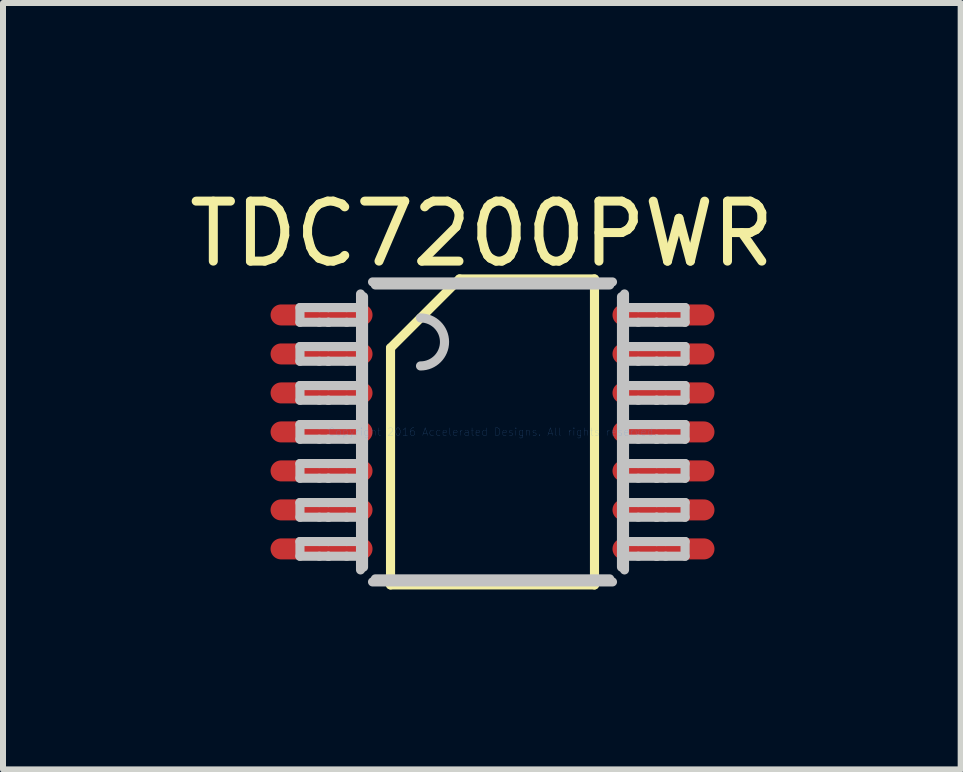
<source format=kicad_pcb>
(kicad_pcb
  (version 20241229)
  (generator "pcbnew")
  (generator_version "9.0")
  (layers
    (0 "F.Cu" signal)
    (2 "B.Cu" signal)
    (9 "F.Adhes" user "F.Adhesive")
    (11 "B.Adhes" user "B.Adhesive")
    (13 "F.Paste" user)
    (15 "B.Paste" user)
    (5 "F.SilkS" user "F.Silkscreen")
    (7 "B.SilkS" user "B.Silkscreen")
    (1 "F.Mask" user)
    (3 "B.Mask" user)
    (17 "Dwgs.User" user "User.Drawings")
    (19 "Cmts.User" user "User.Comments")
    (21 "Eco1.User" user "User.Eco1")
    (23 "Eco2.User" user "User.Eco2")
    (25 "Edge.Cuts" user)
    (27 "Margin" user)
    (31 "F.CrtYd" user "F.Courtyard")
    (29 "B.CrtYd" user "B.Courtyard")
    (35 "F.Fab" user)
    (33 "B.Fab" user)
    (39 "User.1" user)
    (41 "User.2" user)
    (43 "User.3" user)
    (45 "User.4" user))
  (footprint "TDC7200PWR"
    (layer "F.Cu")
    (at 5.16 4.15)
    (property "Reference" "TDC7200PWR" (at -0.178 -3.302 0) (layer "F.SilkS") (effects (font (size 1 1) (thickness 0.15))))
    (attr through_hole)
    (fp_line (start -1.7 -1.4) (end -0.55 -2.55) (stroke (width 0.152) (type solid)) (layer "F.SilkS"))
    (fp_line (start -1.7 2.55) (end -1.7 -1.4) (stroke (width 0.152) (type solid)) (layer "F.SilkS"))
    (fp_line (start -1.7 2.55) (end 1.7 2.55) (stroke (width 0.152) (type solid)) (layer "F.SilkS"))
    (fp_line (start -0.55 -2.55) (end 1.7 -2.55) (stroke (width 0.152) (type solid)) (layer "F.SilkS"))
    (fp_line (start 1.7 2.55) (end 1.7 -2.55) (stroke (width 0.152) (type solid)) (layer "F.SilkS"))
    (fp_line (start -3.21 -2.073) (end -2.887 -2.073) (stroke (width 0.152) (type solid)) (layer "Dwgs.User"))
    (fp_line (start -3.21 -1.828) (end -3.21 -2.073) (stroke (width 0.152) (type solid)) (layer "Dwgs.User"))
    (fp_line (start -3.21 -1.828) (end -2.887 -1.828) (stroke (width 0.152) (type solid)) (layer "Dwgs.User"))
    (fp_line (start -3.21 -1.423) (end -2.887 -1.423) (stroke (width 0.152) (type solid)) (layer "Dwgs.User"))
    (fp_line (start -3.21 -1.178) (end -3.21 -1.423) (stroke (width 0.152) (type solid)) (layer "Dwgs.User"))
    (fp_line (start -3.21 -1.178) (end -2.887 -1.178) (stroke (width 0.152) (type solid)) (layer "Dwgs.User"))
    (fp_line (start -3.21 -0.773) (end -2.887 -0.773) (stroke (width 0.152) (type solid)) (layer "Dwgs.User"))
    (fp_line (start -3.21 -0.528) (end -3.21 -0.773) (stroke (width 0.152) (type solid)) (layer "Dwgs.User"))
    (fp_line (start -3.21 -0.528) (end -2.887 -0.528) (stroke (width 0.152) (type solid)) (layer "Dwgs.User"))
    (fp_line (start -3.21 -0.123) (end -2.887 -0.123) (stroke (width 0.152) (type solid)) (layer "Dwgs.User"))
    (fp_line (start -3.21 0.122) (end -3.21 -0.123) (stroke (width 0.152) (type solid)) (layer "Dwgs.User"))
    (fp_line (start -3.21 0.122) (end -2.887 0.122) (stroke (width 0.152) (type solid)) (layer "Dwgs.User"))
    (fp_line (start -3.21 0.527) (end -2.887 0.527) (stroke (width 0.152) (type solid)) (layer "Dwgs.User"))
    (fp_line (start -3.21 0.772) (end -3.21 0.527) (stroke (width 0.152) (type solid)) (layer "Dwgs.User"))
    (fp_line (start -3.21 0.772) (end -2.887 0.772) (stroke (width 0.152) (type solid)) (layer "Dwgs.User"))
    (fp_line (start -3.21 1.177) (end -2.887 1.177) (stroke (width 0.152) (type solid)) (layer "Dwgs.User"))
    (fp_line (start -3.21 1.422) (end -3.21 1.177) (stroke (width 0.152) (type solid)) (layer "Dwgs.User"))
    (fp_line (start -3.21 1.422) (end -2.887 1.422) (stroke (width 0.152) (type solid)) (layer "Dwgs.User"))
    (fp_line (start -3.21 1.827) (end -2.887 1.827) (stroke (width 0.152) (type solid)) (layer "Dwgs.User"))
    (fp_line (start -3.21 2.072) (end -3.21 1.827) (stroke (width 0.152) (type solid)) (layer "Dwgs.User"))
    (fp_line (start -3.21 2.072) (end -2.887 2.072) (stroke (width 0.152) (type solid)) (layer "Dwgs.User"))
    (fp_line (start -2.887 -2.073) (end -2.739 -2.073) (stroke (width 0.152) (type solid)) (layer "Dwgs.User"))
    (fp_line (start -2.887 -1.828) (end -2.739 -1.828) (stroke (width 0.152) (type solid)) (layer "Dwgs.User"))
    (fp_line (start -2.887 -1.423) (end -2.739 -1.423) (stroke (width 0.152) (type solid)) (layer "Dwgs.User"))
    (fp_line (start -2.887 -1.178) (end -2.739 -1.178) (stroke (width 0.152) (type solid)) (layer "Dwgs.User"))
    (fp_line (start -2.887 -0.773) (end -2.739 -0.773) (stroke (width 0.152) (type solid)) (layer "Dwgs.User"))
    (fp_line (start -2.887 -0.528) (end -2.739 -0.528) (stroke (width 0.152) (type solid)) (layer "Dwgs.User"))
    (fp_line (start -2.887 -0.123) (end -2.739 -0.123) (stroke (width 0.152) (type solid)) (layer "Dwgs.User"))
    (fp_line (start -2.887 0.122) (end -2.739 0.122) (stroke (width 0.152) (type solid)) (layer "Dwgs.User"))
    (fp_line (start -2.887 0.527) (end -2.739 0.527) (stroke (width 0.152) (type solid)) (layer "Dwgs.User"))
    (fp_line (start -2.887 0.772) (end -2.739 0.772) (stroke (width 0.152) (type solid)) (layer "Dwgs.User"))
    (fp_line (start -2.887 1.177) (end -2.739 1.177) (stroke (width 0.152) (type solid)) (layer "Dwgs.User"))
    (fp_line (start -2.887 1.422) (end -2.739 1.422) (stroke (width 0.152) (type solid)) (layer "Dwgs.User"))
    (fp_line (start -2.887 1.827) (end -2.739 1.827) (stroke (width 0.152) (type solid)) (layer "Dwgs.User"))
    (fp_line (start -2.887 2.072) (end -2.739 2.072) (stroke (width 0.152) (type solid)) (layer "Dwgs.User"))
    (fp_line (start -2.739 -2.073) (end -2.733 -2.073) (stroke (width 0.152) (type solid)) (layer "Dwgs.User"))
    (fp_line (start -2.739 -1.828) (end -2.733 -1.828) (stroke (width 0.152) (type solid)) (layer "Dwgs.User"))
    (fp_line (start -2.739 -1.423) (end -2.733 -1.423) (stroke (width 0.152) (type solid)) (layer "Dwgs.User"))
    (fp_line (start -2.739 -1.178) (end -2.733 -1.178) (stroke (width 0.152) (type solid)) (layer "Dwgs.User"))
    (fp_line (start -2.739 -0.773) (end -2.733 -0.773) (stroke (width 0.152) (type solid)) (layer "Dwgs.User"))
    (fp_line (start -2.739 -0.528) (end -2.733 -0.528) (stroke (width 0.152) (type solid)) (layer "Dwgs.User"))
    (fp_line (start -2.739 -0.123) (end -2.733 -0.123) (stroke (width 0.152) (type solid)) (layer "Dwgs.User"))
    (fp_line (start -2.739 0.122) (end -2.733 0.122) (stroke (width 0.152) (type solid)) (layer "Dwgs.User"))
    (fp_line (start -2.739 0.527) (end -2.733 0.527) (stroke (width 0.152) (type solid)) (layer "Dwgs.User"))
    (fp_line (start -2.739 0.772) (end -2.733 0.772) (stroke (width 0.152) (type solid)) (layer "Dwgs.User"))
    (fp_line (start -2.739 1.177) (end -2.733 1.177) (stroke (width 0.152) (type solid)) (layer "Dwgs.User"))
    (fp_line (start -2.739 1.422) (end -2.733 1.422) (stroke (width 0.152) (type solid)) (layer "Dwgs.User"))
    (fp_line (start -2.739 1.827) (end -2.733 1.827) (stroke (width 0.152) (type solid)) (layer "Dwgs.User"))
    (fp_line (start -2.739 2.072) (end -2.733 2.072) (stroke (width 0.152) (type solid)) (layer "Dwgs.User"))
    (fp_line (start -2.733 -2.073) (end -2.431 -2.073) (stroke (width 0.152) (type solid)) (layer "Dwgs.User"))
    (fp_line (start -2.733 -1.828) (end -2.431 -1.828) (stroke (width 0.152) (type solid)) (layer "Dwgs.User"))
    (fp_line (start -2.733 -1.423) (end -2.431 -1.423) (stroke (width 0.152) (type solid)) (layer "Dwgs.User"))
    (fp_line (start -2.733 -1.178) (end -2.431 -1.178) (stroke (width 0.152) (type solid)) (layer "Dwgs.User"))
    (fp_line (start -2.733 -0.773) (end -2.431 -0.773) (stroke (width 0.152) (type solid)) (layer "Dwgs.User"))
    (fp_line (start -2.733 -0.528) (end -2.431 -0.528) (stroke (width 0.152) (type solid)) (layer "Dwgs.User"))
    (fp_line (start -2.733 -0.123) (end -2.431 -0.123) (stroke (width 0.152) (type solid)) (layer "Dwgs.User"))
    (fp_line (start -2.733 0.122) (end -2.431 0.122) (stroke (width 0.152) (type solid)) (layer "Dwgs.User"))
    (fp_line (start -2.733 0.527) (end -2.431 0.527) (stroke (width 0.152) (type solid)) (layer "Dwgs.User"))
    (fp_line (start -2.733 0.772) (end -2.431 0.772) (stroke (width 0.152) (type solid)) (layer "Dwgs.User"))
    (fp_line (start -2.733 1.177) (end -2.431 1.177) (stroke (width 0.152) (type solid)) (layer "Dwgs.User"))
    (fp_line (start -2.733 1.422) (end -2.431 1.422) (stroke (width 0.152) (type solid)) (layer "Dwgs.User"))
    (fp_line (start -2.733 1.827) (end -2.431 1.827) (stroke (width 0.152) (type solid)) (layer "Dwgs.User"))
    (fp_line (start -2.733 2.072) (end -2.431 2.072) (stroke (width 0.152) (type solid)) (layer "Dwgs.User"))
    (fp_line (start -2.431 -2.073) (end -2.2 -2.073) (stroke (width 0.152) (type solid)) (layer "Dwgs.User"))
    (fp_line (start -2.431 -1.828) (end -2.2 -1.828) (stroke (width 0.152) (type solid)) (layer "Dwgs.User"))
    (fp_line (start -2.431 -1.423) (end -2.2 -1.423) (stroke (width 0.152) (type solid)) (layer "Dwgs.User"))
    (fp_line (start -2.431 -1.178) (end -2.2 -1.178) (stroke (width 0.152) (type solid)) (layer "Dwgs.User"))
    (fp_line (start -2.431 -0.773) (end -2.2 -0.773) (stroke (width 0.152) (type solid)) (layer "Dwgs.User"))
    (fp_line (start -2.431 -0.528) (end -2.2 -0.528) (stroke (width 0.152) (type solid)) (layer "Dwgs.User"))
    (fp_line (start -2.431 -0.123) (end -2.2 -0.123) (stroke (width 0.152) (type solid)) (layer "Dwgs.User"))
    (fp_line (start -2.431 0.122) (end -2.2 0.122) (stroke (width 0.152) (type solid)) (layer "Dwgs.User"))
    (fp_line (start -2.431 0.527) (end -2.2 0.527) (stroke (width 0.152) (type solid)) (layer "Dwgs.User"))
    (fp_line (start -2.431 0.772) (end -2.2 0.772) (stroke (width 0.152) (type solid)) (layer "Dwgs.User"))
    (fp_line (start -2.431 1.177) (end -2.2 1.177) (stroke (width 0.152) (type solid)) (layer "Dwgs.User"))
    (fp_line (start -2.431 1.422) (end -2.2 1.422) (stroke (width 0.152) (type solid)) (layer "Dwgs.User"))
    (fp_line (start -2.431 1.827) (end -2.2 1.827) (stroke (width 0.152) (type solid)) (layer "Dwgs.User"))
    (fp_line (start -2.431 2.072) (end -2.2 2.072) (stroke (width 0.152) (type solid)) (layer "Dwgs.User"))
    (fp_line (start -2.2 -1.828) (end -2.2 -2.073) (stroke (width 0.152) (type solid)) (layer "Dwgs.User"))
    (fp_line (start -2.2 -1.178) (end -2.2 -1.423) (stroke (width 0.152) (type solid)) (layer "Dwgs.User"))
    (fp_line (start -2.2 -0.528) (end -2.2 -0.773) (stroke (width 0.152) (type solid)) (layer "Dwgs.User"))
    (fp_line (start -2.2 0.122) (end -2.2 -0.123) (stroke (width 0.152) (type solid)) (layer "Dwgs.User"))
    (fp_line (start -2.2 0.772) (end -2.2 0.527) (stroke (width 0.152) (type solid)) (layer "Dwgs.User"))
    (fp_line (start -2.2 1.422) (end -2.2 1.177) (stroke (width 0.152) (type solid)) (layer "Dwgs.User"))
    (fp_line (start -2.2 2.072) (end -2.2 1.827) (stroke (width 0.152) (type solid)) (layer "Dwgs.User"))
    (fp_line (start -2.2 2.3) (end -2.2 -2.3) (stroke (width 0.152) (type solid)) (layer "Dwgs.User"))
    (fp_line (start -2.15 2.254) (end -2.15 -2.254) (stroke (width 0.152) (type solid)) (layer "Dwgs.User"))
    (fp_line (start -2 -2.5) (end 2 -2.5) (stroke (width 0.152) (type solid)) (layer "Dwgs.User"))
    (fp_line (start -2 2.5) (end 2 2.5) (stroke (width 0.152) (type solid)) (layer "Dwgs.User"))
    (fp_line (start -1.954 -2.45) (end 1.954 -2.45) (stroke (width 0.152) (type solid)) (layer "Dwgs.User"))
    (fp_line (start -1.954 2.45) (end 1.954 2.45) (stroke (width 0.152) (type solid)) (layer "Dwgs.User"))
    (fp_line (start 2.15 2.254) (end 2.15 -2.254) (stroke (width 0.152) (type solid)) (layer "Dwgs.User"))
    (fp_line (start 2.2 -2.073) (end 2.43 -2.073) (stroke (width 0.152) (type solid)) (layer "Dwgs.User"))
    (fp_line (start 2.2 -1.828) (end 2.2 -2.073) (stroke (width 0.152) (type solid)) (layer "Dwgs.User"))
    (fp_line (start 2.2 -1.828) (end 2.43 -1.828) (stroke (width 0.152) (type solid)) (layer "Dwgs.User"))
    (fp_line (start 2.2 -1.423) (end 2.43 -1.423) (stroke (width 0.152) (type solid)) (layer "Dwgs.User"))
    (fp_line (start 2.2 -1.178) (end 2.2 -1.423) (stroke (width 0.152) (type solid)) (layer "Dwgs.User"))
    (fp_line (start 2.2 -1.178) (end 2.43 -1.178) (stroke (width 0.152) (type solid)) (layer "Dwgs.User"))
    (fp_line (start 2.2 -0.773) (end 2.43 -0.773) (stroke (width 0.152) (type solid)) (layer "Dwgs.User"))
    (fp_line (start 2.2 -0.528) (end 2.2 -0.773) (stroke (width 0.152) (type solid)) (layer "Dwgs.User"))
    (fp_line (start 2.2 -0.528) (end 2.43 -0.528) (stroke (width 0.152) (type solid)) (layer "Dwgs.User"))
    (fp_line (start 2.2 -0.123) (end 2.43 -0.123) (stroke (width 0.152) (type solid)) (layer "Dwgs.User"))
    (fp_line (start 2.2 0.122) (end 2.2 -0.123) (stroke (width 0.152) (type solid)) (layer "Dwgs.User"))
    (fp_line (start 2.2 0.122) (end 2.43 0.122) (stroke (width 0.152) (type solid)) (layer "Dwgs.User"))
    (fp_line (start 2.2 0.527) (end 2.43 0.527) (stroke (width 0.152) (type solid)) (layer "Dwgs.User"))
    (fp_line (start 2.2 0.772) (end 2.2 0.527) (stroke (width 0.152) (type solid)) (layer "Dwgs.User"))
    (fp_line (start 2.2 0.772) (end 2.43 0.772) (stroke (width 0.152) (type solid)) (layer "Dwgs.User"))
    (fp_line (start 2.2 1.177) (end 2.43 1.177) (stroke (width 0.152) (type solid)) (layer "Dwgs.User"))
    (fp_line (start 2.2 1.422) (end 2.2 1.177) (stroke (width 0.152) (type solid)) (layer "Dwgs.User"))
    (fp_line (start 2.2 1.422) (end 2.43 1.422) (stroke (width 0.152) (type solid)) (layer "Dwgs.User"))
    (fp_line (start 2.2 1.827) (end 2.43 1.827) (stroke (width 0.152) (type solid)) (layer "Dwgs.User"))
    (fp_line (start 2.2 2.072) (end 2.2 1.827) (stroke (width 0.152) (type solid)) (layer "Dwgs.User"))
    (fp_line (start 2.2 2.072) (end 2.43 2.072) (stroke (width 0.152) (type solid)) (layer "Dwgs.User"))
    (fp_line (start 2.2 2.3) (end 2.2 -2.3) (stroke (width 0.152) (type solid)) (layer "Dwgs.User"))
    (fp_line (start 2.43 -2.073) (end 2.733 -2.073) (stroke (width 0.152) (type solid)) (layer "Dwgs.User"))
    (fp_line (start 2.43 -1.828) (end 2.733 -1.828) (stroke (width 0.152) (type solid)) (layer "Dwgs.User"))
    (fp_line (start 2.43 -1.423) (end 2.733 -1.423) (stroke (width 0.152) (type solid)) (layer "Dwgs.User"))
    (fp_line (start 2.43 -1.178) (end 2.733 -1.178) (stroke (width 0.152) (type solid)) (layer "Dwgs.User"))
    (fp_line (start 2.43 -0.773) (end 2.733 -0.773) (stroke (width 0.152) (type solid)) (layer "Dwgs.User"))
    (fp_line (start 2.43 -0.528) (end 2.733 -0.528) (stroke (width 0.152) (type solid)) (layer "Dwgs.User"))
    (fp_line (start 2.43 -0.123) (end 2.733 -0.123) (stroke (width 0.152) (type solid)) (layer "Dwgs.User"))
    (fp_line (start 2.43 0.122) (end 2.733 0.122) (stroke (width 0.152) (type solid)) (layer "Dwgs.User"))
    (fp_line (start 2.43 0.527) (end 2.733 0.527) (stroke (width 0.152) (type solid)) (layer "Dwgs.User"))
    (fp_line (start 2.43 0.772) (end 2.733 0.772) (stroke (width 0.152) (type solid)) (layer "Dwgs.User"))
    (fp_line (start 2.43 1.177) (end 2.733 1.177) (stroke (width 0.152) (type solid)) (layer "Dwgs.User"))
    (fp_line (start 2.43 1.422) (end 2.733 1.422) (stroke (width 0.152) (type solid)) (layer "Dwgs.User"))
    (fp_line (start 2.43 1.827) (end 2.733 1.827) (stroke (width 0.152) (type solid)) (layer "Dwgs.User"))
    (fp_line (start 2.43 2.072) (end 2.733 2.072) (stroke (width 0.152) (type solid)) (layer "Dwgs.User"))
    (fp_line (start 2.733 -2.073) (end 2.739 -2.073) (stroke (width 0.152) (type solid)) (layer "Dwgs.User"))
    (fp_line (start 2.733 -1.828) (end 2.739 -1.828) (stroke (width 0.152) (type solid)) (layer "Dwgs.User"))
    (fp_line (start 2.733 -1.423) (end 2.739 -1.423) (stroke (width 0.152) (type solid)) (layer "Dwgs.User"))
    (fp_line (start 2.733 -1.178) (end 2.739 -1.178) (stroke (width 0.152) (type solid)) (layer "Dwgs.User"))
    (fp_line (start 2.733 -0.773) (end 2.739 -0.773) (stroke (width 0.152) (type solid)) (layer "Dwgs.User"))
    (fp_line (start 2.733 -0.528) (end 2.739 -0.528) (stroke (width 0.152) (type solid)) (layer "Dwgs.User"))
    (fp_line (start 2.733 -0.123) (end 2.739 -0.123) (stroke (width 0.152) (type solid)) (layer "Dwgs.User"))
    (fp_line (start 2.733 0.122) (end 2.739 0.122) (stroke (width 0.152) (type solid)) (layer "Dwgs.User"))
    (fp_line (start 2.733 0.527) (end 2.739 0.527) (stroke (width 0.152) (type solid)) (layer "Dwgs.User"))
    (fp_line (start 2.733 0.772) (end 2.739 0.772) (stroke (width 0.152) (type solid)) (layer "Dwgs.User"))
    (fp_line (start 2.733 1.177) (end 2.739 1.177) (stroke (width 0.152) (type solid)) (layer "Dwgs.User"))
    (fp_line (start 2.733 1.422) (end 2.739 1.422) (stroke (width 0.152) (type solid)) (layer "Dwgs.User"))
    (fp_line (start 2.733 1.827) (end 2.739 1.827) (stroke (width 0.152) (type solid)) (layer "Dwgs.User"))
    (fp_line (start 2.733 2.072) (end 2.739 2.072) (stroke (width 0.152) (type solid)) (layer "Dwgs.User"))
    (fp_line (start 2.739 -2.073) (end 2.887 -2.073) (stroke (width 0.152) (type solid)) (layer "Dwgs.User"))
    (fp_line (start 2.739 -1.828) (end 2.887 -1.828) (stroke (width 0.152) (type solid)) (layer "Dwgs.User"))
    (fp_line (start 2.739 -1.423) (end 2.887 -1.423) (stroke (width 0.152) (type solid)) (layer "Dwgs.User"))
    (fp_line (start 2.739 -1.178) (end 2.887 -1.178) (stroke (width 0.152) (type solid)) (layer "Dwgs.User"))
    (fp_line (start 2.739 -0.773) (end 2.887 -0.773) (stroke (width 0.152) (type solid)) (layer "Dwgs.User"))
    (fp_line (start 2.739 -0.528) (end 2.887 -0.528) (stroke (width 0.152) (type solid)) (layer "Dwgs.User"))
    (fp_line (start 2.739 -0.123) (end 2.887 -0.123) (stroke (width 0.152) (type solid)) (layer "Dwgs.User"))
    (fp_line (start 2.739 0.122) (end 2.887 0.122) (stroke (width 0.152) (type solid)) (layer "Dwgs.User"))
    (fp_line (start 2.739 0.527) (end 2.887 0.527) (stroke (width 0.152) (type solid)) (layer "Dwgs.User"))
    (fp_line (start 2.739 0.772) (end 2.887 0.772) (stroke (width 0.152) (type solid)) (layer "Dwgs.User"))
    (fp_line (start 2.739 1.177) (end 2.887 1.177) (stroke (width 0.152) (type solid)) (layer "Dwgs.User"))
    (fp_line (start 2.739 1.422) (end 2.887 1.422) (stroke (width 0.152) (type solid)) (layer "Dwgs.User"))
    (fp_line (start 2.739 1.827) (end 2.887 1.827) (stroke (width 0.152) (type solid)) (layer "Dwgs.User"))
    (fp_line (start 2.739 2.072) (end 2.887 2.072) (stroke (width 0.152) (type solid)) (layer "Dwgs.User"))
    (fp_line (start 2.887 -2.073) (end 3.21 -2.073) (stroke (width 0.152) (type solid)) (layer "Dwgs.User"))
    (fp_line (start 2.887 -1.828) (end 3.21 -1.828) (stroke (width 0.152) (type solid)) (layer "Dwgs.User"))
    (fp_line (start 2.887 -1.423) (end 3.21 -1.423) (stroke (width 0.152) (type solid)) (layer "Dwgs.User"))
    (fp_line (start 2.887 -1.178) (end 3.21 -1.178) (stroke (width 0.152) (type solid)) (layer "Dwgs.User"))
    (fp_line (start 2.887 -0.773) (end 3.21 -0.773) (stroke (width 0.152) (type solid)) (layer "Dwgs.User"))
    (fp_line (start 2.887 -0.528) (end 3.21 -0.528) (stroke (width 0.152) (type solid)) (layer "Dwgs.User"))
    (fp_line (start 2.887 -0.123) (end 3.21 -0.123) (stroke (width 0.152) (type solid)) (layer "Dwgs.User"))
    (fp_line (start 2.887 0.122) (end 3.21 0.122) (stroke (width 0.152) (type solid)) (layer "Dwgs.User"))
    (fp_line (start 2.887 0.527) (end 3.21 0.527) (stroke (width 0.152) (type solid)) (layer "Dwgs.User"))
    (fp_line (start 2.887 0.772) (end 3.21 0.772) (stroke (width 0.152) (type solid)) (layer "Dwgs.User"))
    (fp_line (start 2.887 1.177) (end 3.21 1.177) (stroke (width 0.152) (type solid)) (layer "Dwgs.User"))
    (fp_line (start 2.887 1.422) (end 3.21 1.422) (stroke (width 0.152) (type solid)) (layer "Dwgs.User"))
    (fp_line (start 2.887 1.827) (end 3.21 1.827) (stroke (width 0.152) (type solid)) (layer "Dwgs.User"))
    (fp_line (start 2.887 2.072) (end 3.21 2.072) (stroke (width 0.152) (type solid)) (layer "Dwgs.User"))
    (fp_line (start 3.21 -1.828) (end 3.21 -2.073) (stroke (width 0.152) (type solid)) (layer "Dwgs.User"))
    (fp_line (start 3.21 -1.178) (end 3.21 -1.423) (stroke (width 0.152) (type solid)) (layer "Dwgs.User"))
    (fp_line (start 3.21 -0.528) (end 3.21 -0.773) (stroke (width 0.152) (type solid)) (layer "Dwgs.User"))
    (fp_line (start 3.21 0.122) (end 3.21 -0.123) (stroke (width 0.152) (type solid)) (layer "Dwgs.User"))
    (fp_line (start 3.21 0.772) (end 3.21 0.527) (stroke (width 0.152) (type solid)) (layer "Dwgs.User"))
    (fp_line (start 3.21 1.422) (end 3.21 1.177) (stroke (width 0.152) (type solid)) (layer "Dwgs.User"))
    (fp_line (start 3.21 2.072) (end 3.21 1.827) (stroke (width 0.152) (type solid)) (layer "Dwgs.User"))
    (fp_arc (start -1.200003 -1.900001) (mid -0.800004 -1.500002) (end -1.200003 -1.100003) (stroke (width 0.1524) (type solid)) (layer "Dwgs.User"))
    (fp_text user "Copyright 2016 Accelerated Designs. All rights reserved." (at 0 0 0) (layer "Cmts.User") (effects (font (size 0.127 0.127) (thickness 0.002))))
    (pad "" smd oval (at -2.85 -1.95 90) (size 0.147 1.497) (layers "F.Paste"))
    (pad "" smd oval (at -2.85 -1.95 90) (size 0.452 1.802) (layers "F.Mask"))
    (pad "" smd oval (at -2.85 -1.3 90) (size 0.147 1.497) (layers "F.Paste"))
    (pad "" smd oval (at -2.85 -1.3 90) (size 0.452 1.802) (layers "F.Mask"))
    (pad "" smd oval (at -2.85 -0.65 90) (size 0.147 1.497) (layers "F.Paste"))
    (pad "" smd oval (at -2.85 -0.65 90) (size 0.452 1.802) (layers "F.Mask"))
    (pad "" smd oval (at -2.85 0 90) (size 0.147 1.497) (layers "F.Paste"))
    (pad "" smd oval (at -2.85 0 90) (size 0.452 1.802) (layers "F.Mask"))
    (pad "" smd oval (at -2.85 0.65 90) (size 0.147 1.497) (layers "F.Paste"))
    (pad "" smd oval (at -2.85 0.65 90) (size 0.452 1.802) (layers "F.Mask"))
    (pad "" smd oval (at -2.85 1.3 90) (size 0.147 1.497) (layers "F.Paste"))
    (pad "" smd oval (at -2.85 1.3 90) (size 0.452 1.802) (layers "F.Mask"))
    (pad "" smd oval (at -2.85 1.95 90) (size 0.147 1.497) (layers "F.Paste"))
    (pad "" smd oval (at -2.85 1.95 90) (size 0.452 1.802) (layers "F.Mask"))
    (pad "" smd oval (at 2.85 -1.95 90) (size 0.147 1.497) (layers "F.Paste"))
    (pad "" smd oval (at 2.85 -1.95 90) (size 0.452 1.802) (layers "F.Mask"))
    (pad "" smd oval (at 2.85 -1.3 90) (size 0.147 1.497) (layers "F.Paste"))
    (pad "" smd oval (at 2.85 -1.3 90) (size 0.452 1.802) (layers "F.Mask"))
    (pad "" smd oval (at 2.85 -0.65 90) (size 0.147 1.497) (layers "F.Paste"))
    (pad "" smd oval (at 2.85 -0.65 90) (size 0.452 1.802) (layers "F.Mask"))
    (pad "" smd oval (at 2.85 0 90) (size 0.147 1.497) (layers "F.Paste"))
    (pad "" smd oval (at 2.85 0 90) (size 0.452 1.802) (layers "F.Mask"))
    (pad "" smd oval (at 2.85 0.65 90) (size 0.147 1.497) (layers "F.Paste"))
    (pad "" smd oval (at 2.85 0.65 90) (size 0.452 1.802) (layers "F.Mask"))
    (pad "" smd oval (at 2.85 1.3 90) (size 0.147 1.497) (layers "F.Paste"))
    (pad "" smd oval (at 2.85 1.3 90) (size 0.452 1.802) (layers "F.Mask"))
    (pad "" smd oval (at 2.85 1.95 90) (size 0.147 1.497) (layers "F.Paste"))
    (pad "" smd oval (at 2.85 1.95 90) (size 0.452 1.802) (layers "F.Mask"))
    (pad "1" smd oval (at -2.85 -1.95 90) (size 0.35 1.7) (layers "F.Cu"))
    (pad "2" smd oval (at -2.85 -1.3 90) (size 0.35 1.7) (layers "F.Cu"))
    (pad "3" smd oval (at -2.85 -0.65 90) (size 0.35 1.7) (layers "F.Cu"))
    (pad "4" smd oval (at -2.85 0 90) (size 0.35 1.7) (layers "F.Cu"))
    (pad "5" smd oval (at -2.85 0.65 90) (size 0.35 1.7) (layers "F.Cu"))
    (pad "6" smd oval (at -2.85 1.3 90) (size 0.35 1.7) (layers "F.Cu"))
    (pad "7" smd oval (at -2.85 1.95 90) (size 0.35 1.7) (layers "F.Cu"))
    (pad "8" smd oval (at 2.85 1.95 90) (size 0.35 1.7) (layers "F.Cu"))
    (pad "9" smd oval (at 2.85 1.3 90) (size 0.35 1.7) (layers "F.Cu"))
    (pad "10" smd oval (at 2.85 0.65 90) (size 0.35 1.7) (layers "F.Cu"))
    (pad "11" smd oval (at 2.85 0 90) (size 0.35 1.7) (layers "F.Cu"))
    (pad "12" smd oval (at 2.85 -0.65 90) (size 0.35 1.7) (layers "F.Cu"))
    (pad "13" smd oval (at 2.85 -1.3 90) (size 0.35 1.7) (layers "F.Cu"))
    (pad "14" smd oval (at 2.85 -1.95 90) (size 0.35 1.7) (layers "F.Cu")))
  (gr_rect
    (start -3 -3)
    (end 12.964 9.776)
    (stroke (width 0.1) (type default))
    (fill no)
    (layer "Edge.Cuts")))
</source>
